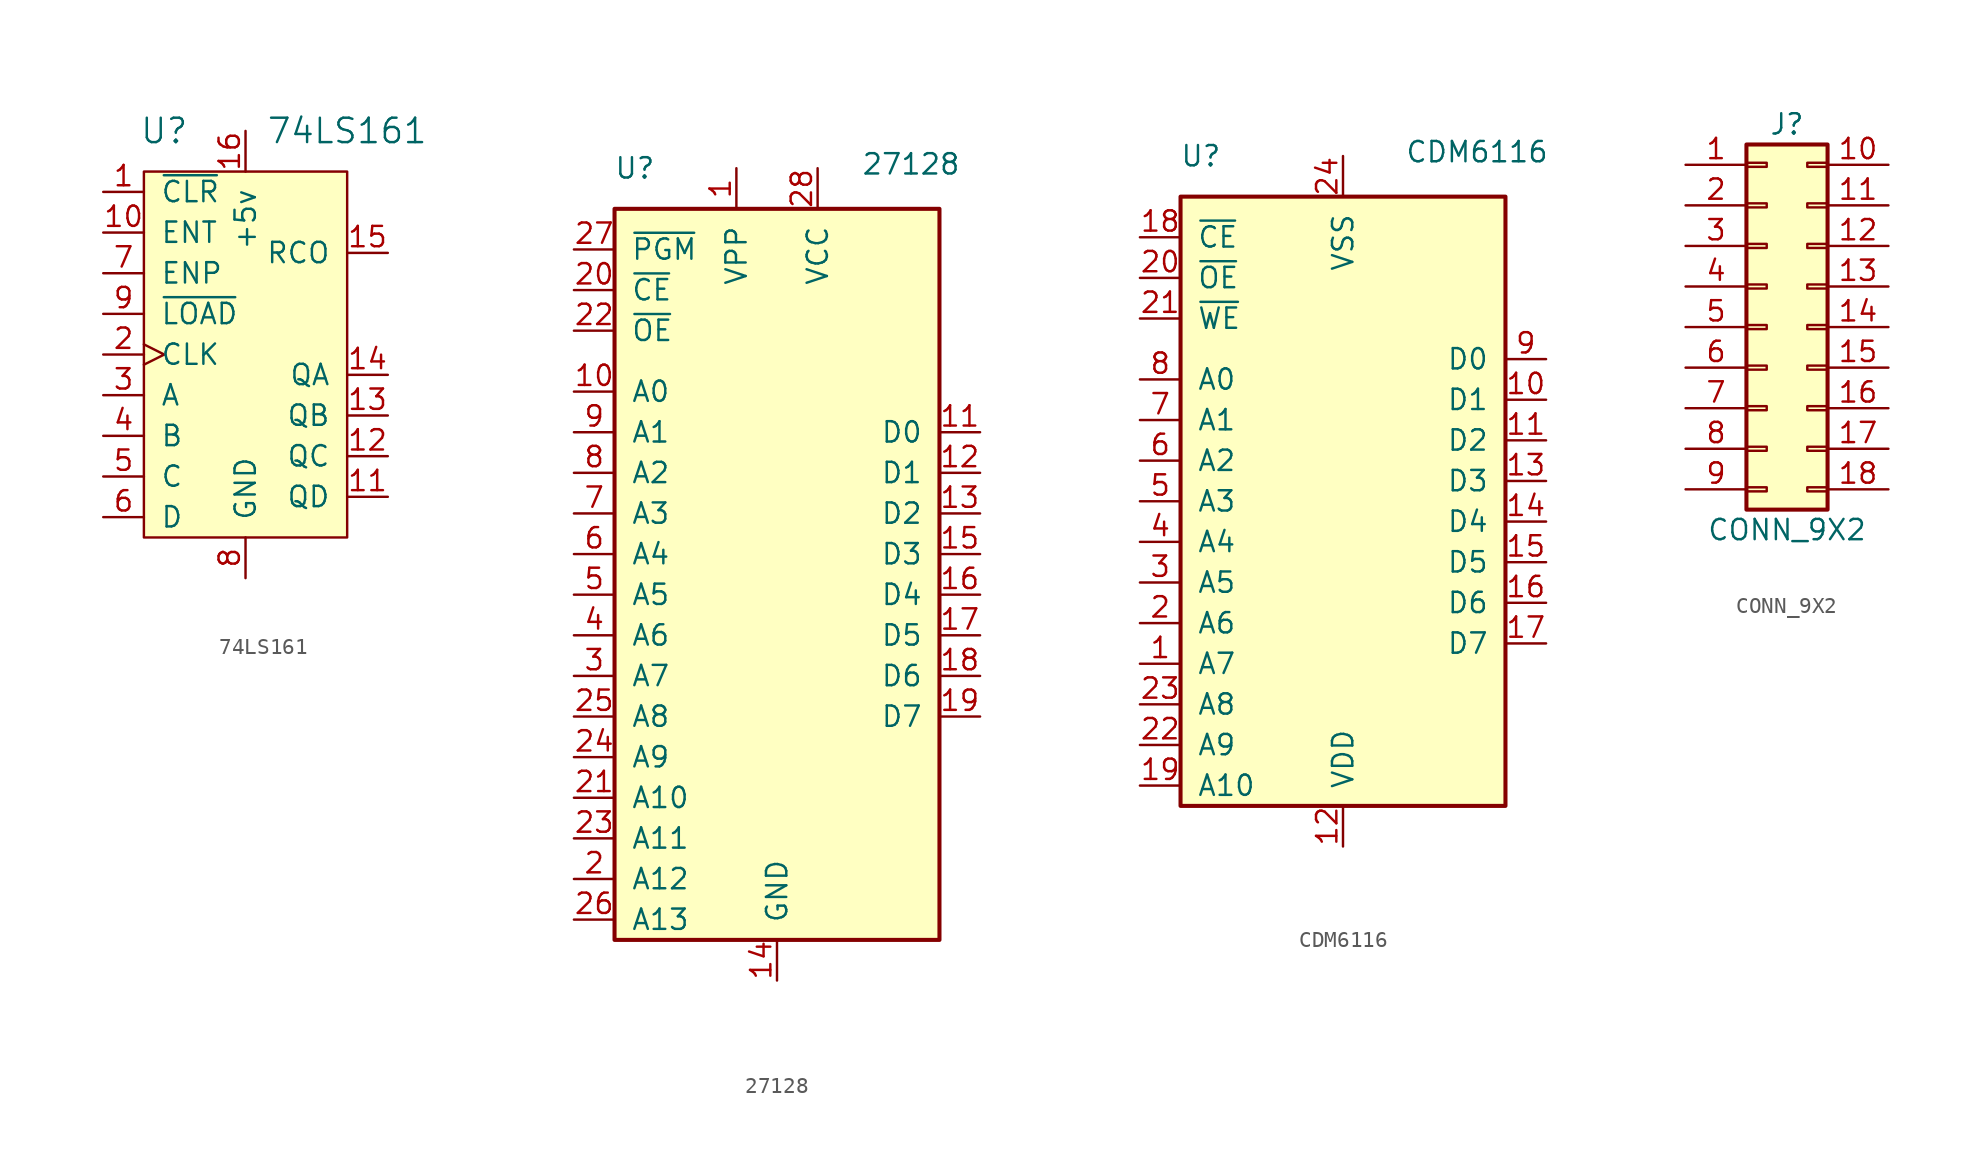
<source format=kicad_sym>
(kicad_symbol_lib
  (version 20211014)
  (generator kicad_symbol_editor)
  (symbol "74LS161"
    (pin_names
      (offset 1.016))
    (property "Reference" "U"
      (at -5.08 13.97 0)
      (effects (font (size 1.524 1.524))))
    (property "Value" "74LS161"
      (at 6.35 13.97 0)
      (effects (font (size 1.524 1.524))))
    (property "Footprint" ""
      (at 0 0 0)
      (effects (font (size 1.524 1.524))))
    (property "Datasheet" ""
      (at 0 0 0)
      (effects (font (size 1.524 1.524))))
    (symbol "74LS161_0_1"
      (rectangle (start -6.35 11.43) (end 6.35 -11.43) (stroke (width 0) (type default) (color 0 0 0 0)) (fill (type background))))
    (symbol "74LS161_1_1"
      (pin input line (at -8.89 10.16 0) (length 2.54) (name "~{CLR}" (effects (font (size 1.27 1.27)))) (number "1" (effects (font (size 1.27 1.27)))))
      (pin input line (at -8.89 7.62 0) (length 2.54) (name "ENT" (effects (font (size 1.27 1.27)))) (number "10" (effects (font (size 1.27 1.27)))))
      (pin output line (at 8.89 -8.89 180) (length 2.54) (name "QD" (effects (font (size 1.27 1.27)))) (number "11" (effects (font (size 1.27 1.27)))))
      (pin output line (at 8.89 -6.35 180) (length 2.54) (name "QC" (effects (font (size 1.27 1.27)))) (number "12" (effects (font (size 1.27 1.27)))))
      (pin output line (at 8.89 -3.81 180) (length 2.54) (name "QB" (effects (font (size 1.27 1.27)))) (number "13" (effects (font (size 1.27 1.27)))))
      (pin output line (at 8.89 -1.27 180) (length 2.54) (name "QA" (effects (font (size 1.27 1.27)))) (number "14" (effects (font (size 1.27 1.27)))))
      (pin output line (at 8.89 6.35 180) (length 2.54) (name "RCO" (effects (font (size 1.27 1.27)))) (number "15" (effects (font (size 1.27 1.27)))))
      (pin power_in line (at 0 13.97 270) (length 2.54) (name "+5v" (effects (font (size 1.27 1.27)))) (number "16" (effects (font (size 1.27 1.27)))))
      (pin input clock (at -8.89 0 0) (length 2.54) (name "CLK" (effects (font (size 1.27 1.27)))) (number "2" (effects (font (size 1.27 1.27)))))
      (pin input line (at -8.89 -2.54 0) (length 2.54) (name "A" (effects (font (size 1.27 1.27)))) (number "3" (effects (font (size 1.27 1.27)))))
      (pin input line (at -8.89 -5.08 0) (length 2.54) (name "B" (effects (font (size 1.27 1.27)))) (number "4" (effects (font (size 1.27 1.27)))))
      (pin input line (at -8.89 -7.62 0) (length 2.54) (name "C" (effects (font (size 1.27 1.27)))) (number "5" (effects (font (size 1.27 1.27)))))
      (pin input line (at -8.89 -10.16 0) (length 2.54) (name "D" (effects (font (size 1.27 1.27)))) (number "6" (effects (font (size 1.27 1.27)))))
      (pin input line (at -8.89 5.08 0) (length 2.54) (name "ENP" (effects (font (size 1.27 1.27)))) (number "7" (effects (font (size 1.27 1.27)))))
      (pin power_in line (at 0 -13.97 90) (length 2.54) (name "GND" (effects (font (size 1.27 1.27)))) (number "8" (effects (font (size 1.27 1.27)))))
      (pin input line (at -8.89 2.54 0) (length 2.54) (name "~{LOAD}" (effects (font (size 1.27 1.27)))) (number "9" (effects (font (size 1.27 1.27)))))))
  (symbol "27128"
    (pin_names
      (offset 1.016))
    (property "Reference" "U"
      (at -8.89 25.4 0)
      (effects (font (size 1.27 1.27))))
    (property "Value" "27128"
      (at 8.382 25.654 0)
      (effects (font (size 1.27 1.27))))
    (symbol "27128_0_1"
      (rectangle (start -10.16 22.86) (end 10.16 -22.86) (stroke (width 0.254) (type default) (color 0 0 0 0)) (fill (type background))))
    (symbol "27128_1_1"
      (pin power_in line (at -2.54 25.4 270) (length 2.54) (name "VPP" (effects (font (size 1.27 1.27)))) (number "1" (effects (font (size 1.27 1.27)))))
      (pin input line (at -12.7 11.43 0) (length 2.54) (name "A0" (effects (font (size 1.27 1.27)))) (number "10" (effects (font (size 1.27 1.27)))))
      (pin tri_state line (at 12.7 8.89 180) (length 2.54) (name "D0" (effects (font (size 1.27 1.27)))) (number "11" (effects (font (size 1.27 1.27)))))
      (pin tri_state line (at 12.7 6.35 180) (length 2.54) (name "D1" (effects (font (size 1.27 1.27)))) (number "12" (effects (font (size 1.27 1.27)))))
      (pin tri_state line (at 12.7 3.81 180) (length 2.54) (name "D2" (effects (font (size 1.27 1.27)))) (number "13" (effects (font (size 1.27 1.27)))))
      (pin power_in line (at 0 -25.4 90) (length 2.54) (name "GND" (effects (font (size 1.27 1.27)))) (number "14" (effects (font (size 1.27 1.27)))))
      (pin tri_state line (at 12.7 1.27 180) (length 2.54) (name "D3" (effects (font (size 1.27 1.27)))) (number "15" (effects (font (size 1.27 1.27)))))
      (pin tri_state line (at 12.7 -1.27 180) (length 2.54) (name "D4" (effects (font (size 1.27 1.27)))) (number "16" (effects (font (size 1.27 1.27)))))
      (pin tri_state line (at 12.7 -3.81 180) (length 2.54) (name "D5" (effects (font (size 1.27 1.27)))) (number "17" (effects (font (size 1.27 1.27)))))
      (pin tri_state line (at 12.7 -6.35 180) (length 2.54) (name "D6" (effects (font (size 1.27 1.27)))) (number "18" (effects (font (size 1.27 1.27)))))
      (pin tri_state line (at 12.7 -8.89 180) (length 2.54) (name "D7" (effects (font (size 1.27 1.27)))) (number "19" (effects (font (size 1.27 1.27)))))
      (pin input line (at -12.7 -19.05 0) (length 2.54) (name "A12" (effects (font (size 1.27 1.27)))) (number "2" (effects (font (size 1.27 1.27)))))
      (pin input line (at -12.7 17.78 0) (length 2.54) (name "~{CE}" (effects (font (size 1.27 1.27)))) (number "20" (effects (font (size 1.27 1.27)))))
      (pin input line (at -12.7 -13.97 0) (length 2.54) (name "A10" (effects (font (size 1.27 1.27)))) (number "21" (effects (font (size 1.27 1.27)))))
      (pin input line (at -12.7 15.24 0) (length 2.54) (name "~{OE}" (effects (font (size 1.27 1.27)))) (number "22" (effects (font (size 1.27 1.27)))))
      (pin input line (at -12.7 -16.51 0) (length 2.54) (name "A11" (effects (font (size 1.27 1.27)))) (number "23" (effects (font (size 1.27 1.27)))))
      (pin input line (at -12.7 -11.43 0) (length 2.54) (name "A9" (effects (font (size 1.27 1.27)))) (number "24" (effects (font (size 1.27 1.27)))))
      (pin input line (at -12.7 -8.89 0) (length 2.54) (name "A8" (effects (font (size 1.27 1.27)))) (number "25" (effects (font (size 1.27 1.27)))))
      (pin input line (at -12.7 -21.59 0) (length 2.54) (name "A13" (effects (font (size 1.27 1.27)))) (number "26" (effects (font (size 1.27 1.27)))))
      (pin input line (at -12.7 20.32 0) (length 2.54) (name "~{PGM}" (effects (font (size 1.27 1.27)))) (number "27" (effects (font (size 1.27 1.27)))))
      (pin power_in line (at 2.54 25.4 270) (length 2.54) (name "VCC" (effects (font (size 1.27 1.27)))) (number "28" (effects (font (size 1.27 1.27)))))
      (pin input line (at -12.7 -6.35 0) (length 2.54) (name "A7" (effects (font (size 1.27 1.27)))) (number "3" (effects (font (size 1.27 1.27)))))
      (pin input line (at -12.7 -3.81 0) (length 2.54) (name "A6" (effects (font (size 1.27 1.27)))) (number "4" (effects (font (size 1.27 1.27)))))
      (pin input line (at -12.7 -1.27 0) (length 2.54) (name "A5" (effects (font (size 1.27 1.27)))) (number "5" (effects (font (size 1.27 1.27)))))
      (pin input line (at -12.7 1.27 0) (length 2.54) (name "A4" (effects (font (size 1.27 1.27)))) (number "6" (effects (font (size 1.27 1.27)))))
      (pin input line (at -12.7 3.81 0) (length 2.54) (name "A3" (effects (font (size 1.27 1.27)))) (number "7" (effects (font (size 1.27 1.27)))))
      (pin input line (at -12.7 6.35 0) (length 2.54) (name "A2" (effects (font (size 1.27 1.27)))) (number "8" (effects (font (size 1.27 1.27)))))
      (pin input line (at -12.7 8.89 0) (length 2.54) (name "A1" (effects (font (size 1.27 1.27)))) (number "9" (effects (font (size 1.27 1.27)))))))
  (symbol "CDM6116"
    (pin_names
      (offset 1.016))
    (property "Reference" "U"
      (at -8.89 21.59 0)
      (effects (font (size 1.27 1.27))))
    (property "Value" "CDM6116"
      (at 8.382 21.844 0)
      (effects (font (size 1.27 1.27))))
    (symbol "CDM6116_0_1"
      (rectangle (start -10.16 19.05) (end 10.16 -19.05) (stroke (width 0.254) (type default) (color 0 0 0 0)) (fill (type background))))
    (symbol "CDM6116_1_1"
      (pin input line (at -12.7 -10.16 0) (length 2.54) (name "A7" (effects (font (size 1.27 1.27)))) (number "1" (effects (font (size 1.27 1.27)))))
      (pin tri_state line (at 12.7 6.35 180) (length 2.54) (name "D1" (effects (font (size 1.27 1.27)))) (number "10" (effects (font (size 1.27 1.27)))))
      (pin tri_state line (at 12.7 3.81 180) (length 2.54) (name "D2" (effects (font (size 1.27 1.27)))) (number "11" (effects (font (size 1.27 1.27)))))
      (pin power_in line (at 0 -21.59 90) (length 2.54) (name "VDD" (effects (font (size 1.27 1.27)))) (number "12" (effects (font (size 1.27 1.27)))))
      (pin tri_state line (at 12.7 1.27 180) (length 2.54) (name "D3" (effects (font (size 1.27 1.27)))) (number "13" (effects (font (size 1.27 1.27)))))
      (pin tri_state line (at 12.7 -1.27 180) (length 2.54) (name "D4" (effects (font (size 1.27 1.27)))) (number "14" (effects (font (size 1.27 1.27)))))
      (pin tri_state line (at 12.7 -3.81 180) (length 2.54) (name "D5" (effects (font (size 1.27 1.27)))) (number "15" (effects (font (size 1.27 1.27)))))
      (pin tri_state line (at 12.7 -6.35 180) (length 2.54) (name "D6" (effects (font (size 1.27 1.27)))) (number "16" (effects (font (size 1.27 1.27)))))
      (pin tri_state line (at 12.7 -8.89 180) (length 2.54) (name "D7" (effects (font (size 1.27 1.27)))) (number "17" (effects (font (size 1.27 1.27)))))
      (pin input line (at -12.7 16.51 0) (length 2.54) (name "~{CE}" (effects (font (size 1.27 1.27)))) (number "18" (effects (font (size 1.27 1.27)))))
      (pin input line (at -12.7 -17.78 0) (length 2.54) (name "A10" (effects (font (size 1.27 1.27)))) (number "19" (effects (font (size 1.27 1.27)))))
      (pin input line (at -12.7 -7.62 0) (length 2.54) (name "A6" (effects (font (size 1.27 1.27)))) (number "2" (effects (font (size 1.27 1.27)))))
      (pin input line (at -12.7 13.97 0) (length 2.54) (name "~{OE}" (effects (font (size 1.27 1.27)))) (number "20" (effects (font (size 1.27 1.27)))))
      (pin input line (at -12.7 11.43 0) (length 2.54) (name "~{WE}" (effects (font (size 1.27 1.27)))) (number "21" (effects (font (size 1.27 1.27)))))
      (pin input line (at -12.7 -15.24 0) (length 2.54) (name "A9" (effects (font (size 1.27 1.27)))) (number "22" (effects (font (size 1.27 1.27)))))
      (pin input line (at -12.7 -12.7 0) (length 2.54) (name "A8" (effects (font (size 1.27 1.27)))) (number "23" (effects (font (size 1.27 1.27)))))
      (pin power_in line (at 0 21.59 270) (length 2.54) (name "VSS" (effects (font (size 1.27 1.27)))) (number "24" (effects (font (size 1.27 1.27)))))
      (pin input line (at -12.7 -5.08 0) (length 2.54) (name "A5" (effects (font (size 1.27 1.27)))) (number "3" (effects (font (size 1.27 1.27)))))
      (pin input line (at -12.7 -2.54 0) (length 2.54) (name "A4" (effects (font (size 1.27 1.27)))) (number "4" (effects (font (size 1.27 1.27)))))
      (pin input line (at -12.7 0 0) (length 2.54) (name "A3" (effects (font (size 1.27 1.27)))) (number "5" (effects (font (size 1.27 1.27)))))
      (pin input line (at -12.7 2.54 0) (length 2.54) (name "A2" (effects (font (size 1.27 1.27)))) (number "6" (effects (font (size 1.27 1.27)))))
      (pin input line (at -12.7 5.08 0) (length 2.54) (name "A1" (effects (font (size 1.27 1.27)))) (number "7" (effects (font (size 1.27 1.27)))))
      (pin input line (at -12.7 7.62 0) (length 2.54) (name "A0" (effects (font (size 1.27 1.27)))) (number "8" (effects (font (size 1.27 1.27)))))
      (pin tri_state line (at 12.7 8.89 180) (length 2.54) (name "D0" (effects (font (size 1.27 1.27)))) (number "9" (effects (font (size 1.27 1.27)))))))
  (symbol "CONN_9X2"
    (pin_names
      (offset 1.016) hide)
    (property "Reference" "J"
      (at 1.27 12.7 0)
      (effects (font (size 1.27 1.27))))
    (property "Value" "CONN_9X2"
      (at 1.27 -12.7 0)
      (effects (font (size 1.27 1.27))))
    (symbol "CONN_9X2_1_1"
      (rectangle (start -1.27 -10.033) (end 0 -10.287) (stroke (width 0.152) (type default) (color 0 0 0 0)) (fill (type none)))
      (rectangle (start -1.27 -7.493) (end 0 -7.747) (stroke (width 0.152) (type default) (color 0 0 0 0)) (fill (type none)))
      (rectangle (start -1.27 -4.953) (end 0 -5.207) (stroke (width 0.152) (type default) (color 0 0 0 0)) (fill (type none)))
      (rectangle (start -1.27 -2.413) (end 0 -2.667) (stroke (width 0.152) (type default) (color 0 0 0 0)) (fill (type none)))
      (rectangle (start -1.27 0.127) (end 0 -0.127) (stroke (width 0.152) (type default) (color 0 0 0 0)) (fill (type none)))
      (rectangle (start -1.27 2.667) (end 0 2.413) (stroke (width 0.152) (type default) (color 0 0 0 0)) (fill (type none)))
      (rectangle (start -1.27 5.207) (end 0 4.953) (stroke (width 0.152) (type default) (color 0 0 0 0)) (fill (type none)))
      (rectangle (start -1.27 7.747) (end 0 7.493) (stroke (width 0.152) (type default) (color 0 0 0 0)) (fill (type none)))
      (rectangle (start -1.27 10.287) (end 0 10.033) (stroke (width 0.152) (type default) (color 0 0 0 0)) (fill (type none)))
      (rectangle (start -1.27 11.43) (end 3.81 -11.43) (stroke (width 0.254) (type default) (color 0 0 0 0)) (fill (type background)))
      (rectangle (start 3.81 -10.033) (end 2.54 -10.287) (stroke (width 0.152) (type default) (color 0 0 0 0)) (fill (type none)))
      (rectangle (start 3.81 -7.493) (end 2.54 -7.747) (stroke (width 0.152) (type default) (color 0 0 0 0)) (fill (type none)))
      (rectangle (start 3.81 -4.953) (end 2.54 -5.207) (stroke (width 0.152) (type default) (color 0 0 0 0)) (fill (type none)))
      (rectangle (start 3.81 -2.413) (end 2.54 -2.667) (stroke (width 0.152) (type default) (color 0 0 0 0)) (fill (type none)))
      (rectangle (start 3.81 0.127) (end 2.54 -0.127) (stroke (width 0.152) (type default) (color 0 0 0 0)) (fill (type none)))
      (rectangle (start 3.81 2.667) (end 2.54 2.413) (stroke (width 0.152) (type default) (color 0 0 0 0)) (fill (type none)))
      (rectangle (start 3.81 5.207) (end 2.54 4.953) (stroke (width 0.152) (type default) (color 0 0 0 0)) (fill (type none)))
      (rectangle (start 3.81 7.747) (end 2.54 7.493) (stroke (width 0.152) (type default) (color 0 0 0 0)) (fill (type none)))
      (rectangle (start 3.81 10.287) (end 2.54 10.033) (stroke (width 0.152) (type default) (color 0 0 0 0)) (fill (type none)))
      (pin passive line (at -5.08 10.16 0) (length 3.81) (name "Pin_1" (effects (font (size 1.27 1.27)))) (number "1" (effects (font (size 1.27 1.27)))))
      (pin passive line (at 7.62 10.16 180) (length 3.81) (name "Pin_10" (effects (font (size 1.27 1.27)))) (number "10" (effects (font (size 1.27 1.27)))))
      (pin passive line (at 7.62 7.62 180) (length 3.81) (name "Pin_11" (effects (font (size 1.27 1.27)))) (number "11" (effects (font (size 1.27 1.27)))))
      (pin passive line (at 7.62 5.08 180) (length 3.81) (name "Pin_12" (effects (font (size 1.27 1.27)))) (number "12" (effects (font (size 1.27 1.27)))))
      (pin passive line (at 7.62 2.54 180) (length 3.81) (name "Pin_13" (effects (font (size 1.27 1.27)))) (number "13" (effects (font (size 1.27 1.27)))))
      (pin passive line (at 7.62 0 180) (length 3.81) (name "Pin_14" (effects (font (size 1.27 1.27)))) (number "14" (effects (font (size 1.27 1.27)))))
      (pin passive line (at 7.62 -2.54 180) (length 3.81) (name "Pin_15" (effects (font (size 1.27 1.27)))) (number "15" (effects (font (size 1.27 1.27)))))
      (pin passive line (at 7.62 -5.08 180) (length 3.81) (name "Pin_16" (effects (font (size 1.27 1.27)))) (number "16" (effects (font (size 1.27 1.27)))))
      (pin passive line (at 7.62 -7.62 180) (length 3.81) (name "Pin_17" (effects (font (size 1.27 1.27)))) (number "17" (effects (font (size 1.27 1.27)))))
      (pin passive line (at 7.62 -10.16 180) (length 3.81) (name "Pin_18" (effects (font (size 1.27 1.27)))) (number "18" (effects (font (size 1.27 1.27)))))
      (pin passive line (at -5.08 7.62 0) (length 3.81) (name "Pin_2" (effects (font (size 1.27 1.27)))) (number "2" (effects (font (size 1.27 1.27)))))
      (pin passive line (at -5.08 5.08 0) (length 3.81) (name "Pin_3" (effects (font (size 1.27 1.27)))) (number "3" (effects (font (size 1.27 1.27)))))
      (pin passive line (at -5.08 2.54 0) (length 3.81) (name "Pin_4" (effects (font (size 1.27 1.27)))) (number "4" (effects (font (size 1.27 1.27)))))
      (pin passive line (at -5.08 0 0) (length 3.81) (name "Pin_5" (effects (font (size 1.27 1.27)))) (number "5" (effects (font (size 1.27 1.27)))))
      (pin passive line (at -5.08 -2.54 0) (length 3.81) (name "Pin_6" (effects (font (size 1.27 1.27)))) (number "6" (effects (font (size 1.27 1.27)))))
      (pin passive line (at -5.08 -5.08 0) (length 3.81) (name "Pin_7" (effects (font (size 1.27 1.27)))) (number "7" (effects (font (size 1.27 1.27)))))
      (pin passive line (at -5.08 -7.62 0) (length 3.81) (name "Pin_8" (effects (font (size 1.27 1.27)))) (number "8" (effects (font (size 1.27 1.27)))))
      (pin passive line (at -5.08 -10.16 0) (length 3.81) (name "Pin_9" (effects (font (size 1.27 1.27)))) (number "9" (effects (font (size 1.27 1.27))))))))
</source>
